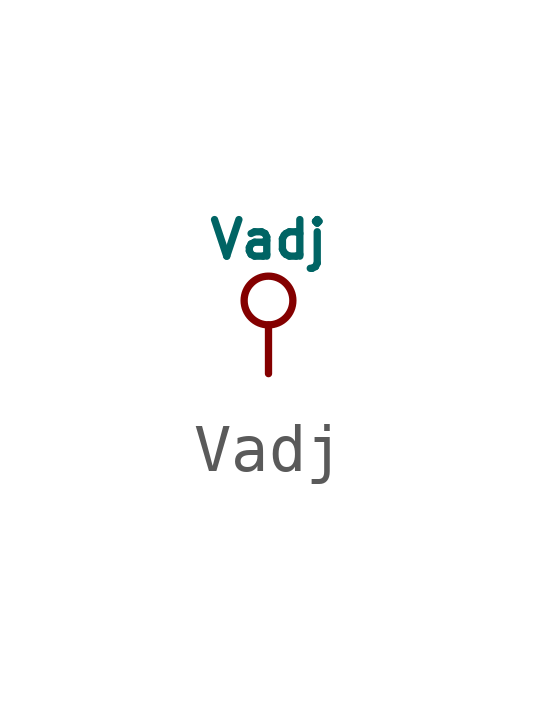
<source format=kicad_sym>
(kicad_symbol_lib
  (version 20241209)
  (generator "kicad_symbol_editor")
  (generator_version "9.0")
  (symbol "Vadj"
    (power)
    (pin_names
      (offset 0))
    (property "Reference" "#PWR"
      (at 0 -1.016 0)
      (effects (font (size 0.762 0.762)) (hide yes)))
    (property "Value" "Vadj"
      (at 0 2.794 0)
      (effects (font (size 0.762 0.762))))
    (property "Footprint" ""
      (at 0 0 0)
      (effects (font (size 1.524 1.524))))
    (property "Datasheet" ""
      (at 0 0 0)
      (effects (font (size 1.524 1.524))))
    (symbol "Vadj_0_0"
      (pin power_in line (at 0 0 90) (length 0) (hide yes) (name "Vadj" (effects (font (size 0.762 0.762)))) (number "1" (effects (font (size 0.762 0.762))))))
    (symbol "Vadj_0_1"
      (circle (center 0 1.524) (radius 0.508) (stroke (width 0) (type default)) (fill (type none)))
      (polyline (pts (xy 0 0) (xy 0 1.016) (xy 0 1.016)) (stroke (width 0) (type default)) (fill (type none))))))
</source>
